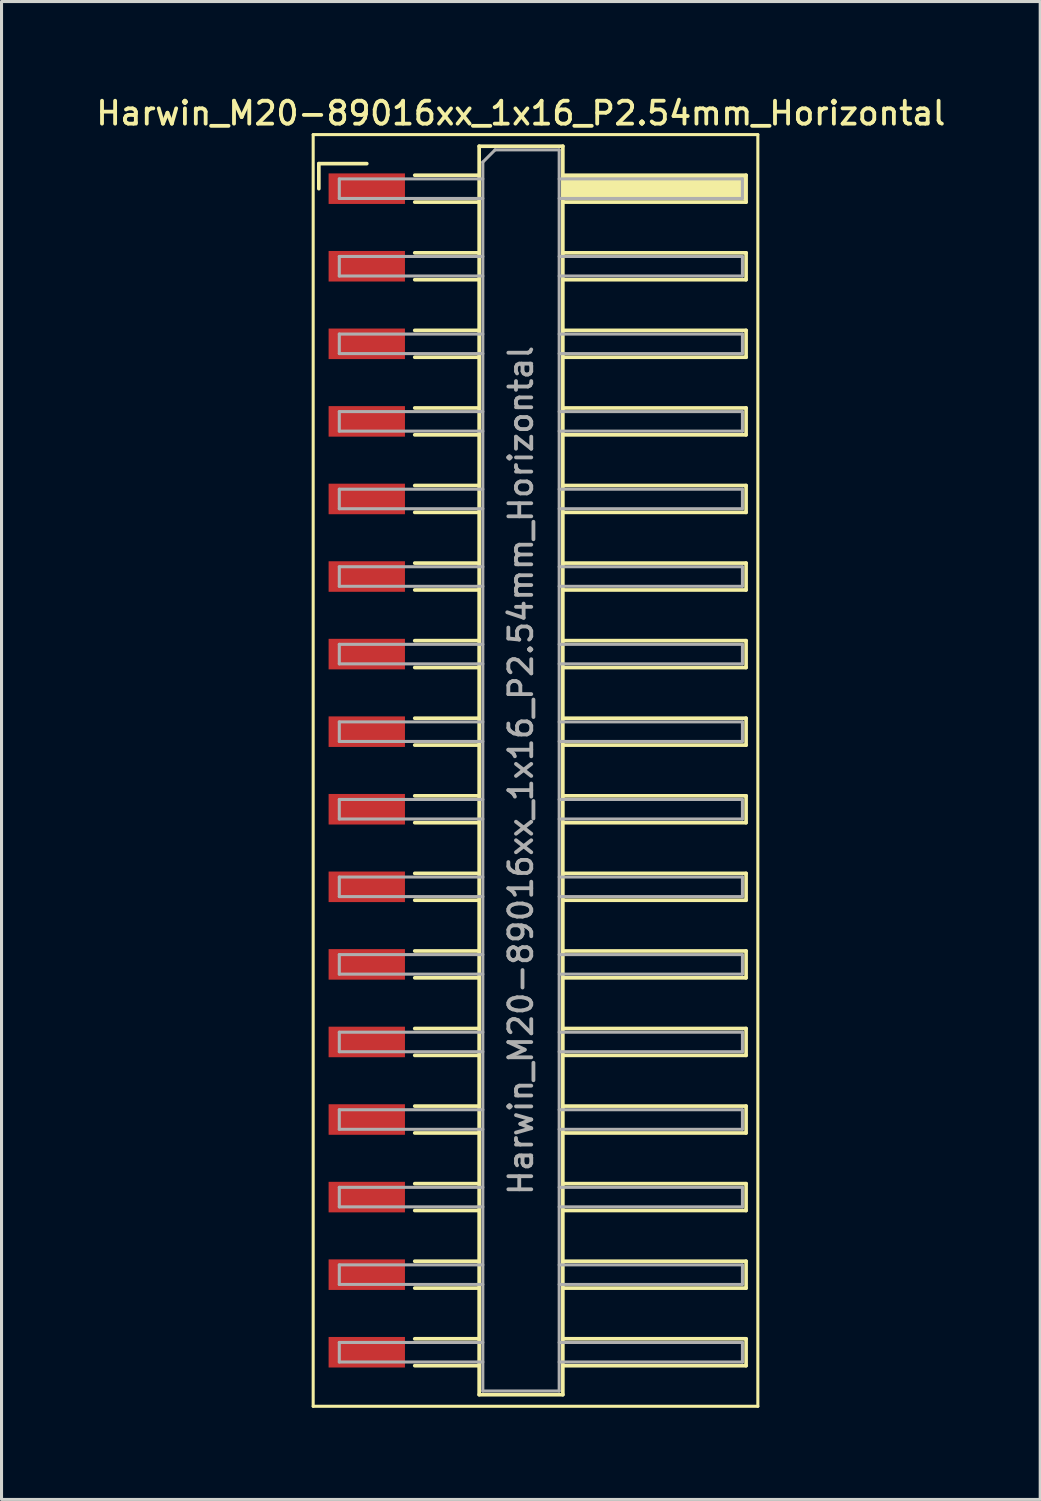
<source format=kicad_pcb>
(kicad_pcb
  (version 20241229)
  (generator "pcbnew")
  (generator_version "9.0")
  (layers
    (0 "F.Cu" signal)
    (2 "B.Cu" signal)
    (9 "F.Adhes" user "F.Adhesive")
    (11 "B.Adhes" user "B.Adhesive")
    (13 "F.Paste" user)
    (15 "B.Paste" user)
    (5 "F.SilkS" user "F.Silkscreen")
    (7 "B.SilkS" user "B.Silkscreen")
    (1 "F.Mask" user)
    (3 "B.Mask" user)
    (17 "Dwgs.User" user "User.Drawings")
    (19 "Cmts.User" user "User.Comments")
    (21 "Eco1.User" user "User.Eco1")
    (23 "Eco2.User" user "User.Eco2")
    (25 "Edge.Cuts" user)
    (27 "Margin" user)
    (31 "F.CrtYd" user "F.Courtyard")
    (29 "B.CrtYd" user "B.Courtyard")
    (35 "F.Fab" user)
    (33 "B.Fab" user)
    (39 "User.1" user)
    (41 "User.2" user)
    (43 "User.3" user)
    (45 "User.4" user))
  (footprint "Harwin_M20-89016xx_1x16_P2.54mm_Horizontal"
    (layer "F.Cu")
    (at 14.485 22.178)
    (property "Reference" "Harwin_M20-89016xx_1x16_P2.54mm_Horizontal" (at -0.48 -21.52 0) (layer "F.SilkS") (effects (font (size 0.75 0.75) (thickness 0.125))))
    (attr smd)
    (fp_line (start -7.28 -20.82) (end 7.28 -20.82) (stroke (width 0.1) (type solid)) (layer "F.SilkS"))
    (fp_line (start -7.28 20.82) (end -7.28 -20.82) (stroke (width 0.1) (type solid)) (layer "F.SilkS"))
    (fp_line (start -7.095 -19.87) (end -5.525 -19.87) (stroke (width 0.12) (type solid)) (layer "F.SilkS"))
    (fp_line (start -7.095 -19.05) (end -7.095 -19.87) (stroke (width 0.12) (type solid)) (layer "F.SilkS"))
    (fp_line (start -3.955 -19.49) (end -1.845 -19.49) (stroke (width 0.12) (type solid)) (layer "F.SilkS"))
    (fp_line (start -3.955 -18.61) (end -1.845 -18.61) (stroke (width 0.12) (type solid)) (layer "F.SilkS"))
    (fp_line (start -3.955 -16.95) (end -1.845 -16.95) (stroke (width 0.12) (type solid)) (layer "F.SilkS"))
    (fp_line (start -3.955 -16.07) (end -1.845 -16.07) (stroke (width 0.12) (type solid)) (layer "F.SilkS"))
    (fp_line (start -3.955 -14.41) (end -1.845 -14.41) (stroke (width 0.12) (type solid)) (layer "F.SilkS"))
    (fp_line (start -3.955 -13.53) (end -1.845 -13.53) (stroke (width 0.12) (type solid)) (layer "F.SilkS"))
    (fp_line (start -3.955 -11.87) (end -1.845 -11.87) (stroke (width 0.12) (type solid)) (layer "F.SilkS"))
    (fp_line (start -3.955 -10.99) (end -1.845 -10.99) (stroke (width 0.12) (type solid)) (layer "F.SilkS"))
    (fp_line (start -3.955 -9.33) (end -1.845 -9.33) (stroke (width 0.12) (type solid)) (layer "F.SilkS"))
    (fp_line (start -3.955 -8.45) (end -1.845 -8.45) (stroke (width 0.12) (type solid)) (layer "F.SilkS"))
    (fp_line (start -3.955 -6.79) (end -1.845 -6.79) (stroke (width 0.12) (type solid)) (layer "F.SilkS"))
    (fp_line (start -3.955 -5.91) (end -1.845 -5.91) (stroke (width 0.12) (type solid)) (layer "F.SilkS"))
    (fp_line (start -3.955 -4.25) (end -1.845 -4.25) (stroke (width 0.12) (type solid)) (layer "F.SilkS"))
    (fp_line (start -3.955 -3.37) (end -1.845 -3.37) (stroke (width 0.12) (type solid)) (layer "F.SilkS"))
    (fp_line (start -3.955 -1.71) (end -1.845 -1.71) (stroke (width 0.12) (type solid)) (layer "F.SilkS"))
    (fp_line (start -3.955 -0.83) (end -1.845 -0.83) (stroke (width 0.12) (type solid)) (layer "F.SilkS"))
    (fp_line (start -3.955 0.83) (end -1.845 0.83) (stroke (width 0.12) (type solid)) (layer "F.SilkS"))
    (fp_line (start -3.955 1.71) (end -1.845 1.71) (stroke (width 0.12) (type solid)) (layer "F.SilkS"))
    (fp_line (start -3.955 3.37) (end -1.845 3.37) (stroke (width 0.12) (type solid)) (layer "F.SilkS"))
    (fp_line (start -3.955 4.25) (end -1.845 4.25) (stroke (width 0.12) (type solid)) (layer "F.SilkS"))
    (fp_line (start -3.955 5.91) (end -1.845 5.91) (stroke (width 0.12) (type solid)) (layer "F.SilkS"))
    (fp_line (start -3.955 6.79) (end -1.845 6.79) (stroke (width 0.12) (type solid)) (layer "F.SilkS"))
    (fp_line (start -3.955 8.45) (end -1.845 8.45) (stroke (width 0.12) (type solid)) (layer "F.SilkS"))
    (fp_line (start -3.955 9.33) (end -1.845 9.33) (stroke (width 0.12) (type solid)) (layer "F.SilkS"))
    (fp_line (start -3.955 10.99) (end -1.845 10.99) (stroke (width 0.12) (type solid)) (layer "F.SilkS"))
    (fp_line (start -3.955 11.87) (end -1.845 11.87) (stroke (width 0.12) (type solid)) (layer "F.SilkS"))
    (fp_line (start -3.955 13.53) (end -1.845 13.53) (stroke (width 0.12) (type solid)) (layer "F.SilkS"))
    (fp_line (start -3.955 14.41) (end -1.845 14.41) (stroke (width 0.12) (type solid)) (layer "F.SilkS"))
    (fp_line (start -3.955 16.07) (end -1.845 16.07) (stroke (width 0.12) (type solid)) (layer "F.SilkS"))
    (fp_line (start -3.955 16.95) (end -1.845 16.95) (stroke (width 0.12) (type solid)) (layer "F.SilkS"))
    (fp_line (start -3.955 18.61) (end -1.845 18.61) (stroke (width 0.12) (type solid)) (layer "F.SilkS"))
    (fp_line (start -3.955 19.49) (end -1.845 19.49) (stroke (width 0.12) (type solid)) (layer "F.SilkS"))
    (fp_line (start -1.845 -20.44) (end 0.895 -20.44) (stroke (width 0.12) (type solid)) (layer "F.SilkS"))
    (fp_line (start -1.845 20.44) (end -1.845 -20.44) (stroke (width 0.12) (type solid)) (layer "F.SilkS"))
    (fp_line (start 0.895 -20.44) (end 0.895 20.44) (stroke (width 0.12) (type solid)) (layer "F.SilkS"))
    (fp_line (start 0.895 -19.49) (end 6.895 -19.49) (stroke (width 0.12) (type solid)) (layer "F.SilkS"))
    (fp_line (start 0.895 -16.95) (end 6.895 -16.95) (stroke (width 0.12) (type solid)) (layer "F.SilkS"))
    (fp_line (start 0.895 -14.41) (end 6.895 -14.41) (stroke (width 0.12) (type solid)) (layer "F.SilkS"))
    (fp_line (start 0.895 -11.87) (end 6.895 -11.87) (stroke (width 0.12) (type solid)) (layer "F.SilkS"))
    (fp_line (start 0.895 -9.33) (end 6.895 -9.33) (stroke (width 0.12) (type solid)) (layer "F.SilkS"))
    (fp_line (start 0.895 -6.79) (end 6.895 -6.79) (stroke (width 0.12) (type solid)) (layer "F.SilkS"))
    (fp_line (start 0.895 -4.25) (end 6.895 -4.25) (stroke (width 0.12) (type solid)) (layer "F.SilkS"))
    (fp_line (start 0.895 -1.71) (end 6.895 -1.71) (stroke (width 0.12) (type solid)) (layer "F.SilkS"))
    (fp_line (start 0.895 0.83) (end 6.895 0.83) (stroke (width 0.12) (type solid)) (layer "F.SilkS"))
    (fp_line (start 0.895 3.37) (end 6.895 3.37) (stroke (width 0.12) (type solid)) (layer "F.SilkS"))
    (fp_line (start 0.895 5.91) (end 6.895 5.91) (stroke (width 0.12) (type solid)) (layer "F.SilkS"))
    (fp_line (start 0.895 8.45) (end 6.895 8.45) (stroke (width 0.12) (type solid)) (layer "F.SilkS"))
    (fp_line (start 0.895 10.99) (end 6.895 10.99) (stroke (width 0.12) (type solid)) (layer "F.SilkS"))
    (fp_line (start 0.895 13.53) (end 6.895 13.53) (stroke (width 0.12) (type solid)) (layer "F.SilkS"))
    (fp_line (start 0.895 16.07) (end 6.895 16.07) (stroke (width 0.12) (type solid)) (layer "F.SilkS"))
    (fp_line (start 0.895 18.61) (end 6.895 18.61) (stroke (width 0.12) (type solid)) (layer "F.SilkS"))
    (fp_line (start 0.895 20.44) (end -1.845 20.44) (stroke (width 0.12) (type solid)) (layer "F.SilkS"))
    (fp_line (start 6.895 -19.49) (end 6.895 -18.61) (stroke (width 0.12) (type solid)) (layer "F.SilkS"))
    (fp_line (start 6.895 -18.61) (end 0.895 -18.61) (stroke (width 0.12) (type solid)) (layer "F.SilkS"))
    (fp_line (start 6.895 -16.95) (end 6.895 -16.07) (stroke (width 0.12) (type solid)) (layer "F.SilkS"))
    (fp_line (start 6.895 -16.07) (end 0.895 -16.07) (stroke (width 0.12) (type solid)) (layer "F.SilkS"))
    (fp_line (start 6.895 -14.41) (end 6.895 -13.53) (stroke (width 0.12) (type solid)) (layer "F.SilkS"))
    (fp_line (start 6.895 -13.53) (end 0.895 -13.53) (stroke (width 0.12) (type solid)) (layer "F.SilkS"))
    (fp_line (start 6.895 -11.87) (end 6.895 -10.99) (stroke (width 0.12) (type solid)) (layer "F.SilkS"))
    (fp_line (start 6.895 -10.99) (end 0.895 -10.99) (stroke (width 0.12) (type solid)) (layer "F.SilkS"))
    (fp_line (start 6.895 -9.33) (end 6.895 -8.45) (stroke (width 0.12) (type solid)) (layer "F.SilkS"))
    (fp_line (start 6.895 -8.45) (end 0.895 -8.45) (stroke (width 0.12) (type solid)) (layer "F.SilkS"))
    (fp_line (start 6.895 -6.79) (end 6.895 -5.91) (stroke (width 0.12) (type solid)) (layer "F.SilkS"))
    (fp_line (start 6.895 -5.91) (end 0.895 -5.91) (stroke (width 0.12) (type solid)) (layer "F.SilkS"))
    (fp_line (start 6.895 -4.25) (end 6.895 -3.37) (stroke (width 0.12) (type solid)) (layer "F.SilkS"))
    (fp_line (start 6.895 -3.37) (end 0.895 -3.37) (stroke (width 0.12) (type solid)) (layer "F.SilkS"))
    (fp_line (start 6.895 -1.71) (end 6.895 -0.83) (stroke (width 0.12) (type solid)) (layer "F.SilkS"))
    (fp_line (start 6.895 -0.83) (end 0.895 -0.83) (stroke (width 0.12) (type solid)) (layer "F.SilkS"))
    (fp_line (start 6.895 0.83) (end 6.895 1.71) (stroke (width 0.12) (type solid)) (layer "F.SilkS"))
    (fp_line (start 6.895 1.71) (end 0.895 1.71) (stroke (width 0.12) (type solid)) (layer "F.SilkS"))
    (fp_line (start 6.895 3.37) (end 6.895 4.25) (stroke (width 0.12) (type solid)) (layer "F.SilkS"))
    (fp_line (start 6.895 4.25) (end 0.895 4.25) (stroke (width 0.12) (type solid)) (layer "F.SilkS"))
    (fp_line (start 6.895 5.91) (end 6.895 6.79) (stroke (width 0.12) (type solid)) (layer "F.SilkS"))
    (fp_line (start 6.895 6.79) (end 0.895 6.79) (stroke (width 0.12) (type solid)) (layer "F.SilkS"))
    (fp_line (start 6.895 8.45) (end 6.895 9.33) (stroke (width 0.12) (type solid)) (layer "F.SilkS"))
    (fp_line (start 6.895 9.33) (end 0.895 9.33) (stroke (width 0.12) (type solid)) (layer "F.SilkS"))
    (fp_line (start 6.895 10.99) (end 6.895 11.87) (stroke (width 0.12) (type solid)) (layer "F.SilkS"))
    (fp_line (start 6.895 11.87) (end 0.895 11.87) (stroke (width 0.12) (type solid)) (layer "F.SilkS"))
    (fp_line (start 6.895 13.53) (end 6.895 14.41) (stroke (width 0.12) (type solid)) (layer "F.SilkS"))
    (fp_line (start 6.895 14.41) (end 0.895 14.41) (stroke (width 0.12) (type solid)) (layer "F.SilkS"))
    (fp_line (start 6.895 16.07) (end 6.895 16.95) (stroke (width 0.12) (type solid)) (layer "F.SilkS"))
    (fp_line (start 6.895 16.95) (end 0.895 16.95) (stroke (width 0.12) (type solid)) (layer "F.SilkS"))
    (fp_line (start 6.895 18.61) (end 6.895 19.49) (stroke (width 0.12) (type solid)) (layer "F.SilkS"))
    (fp_line (start 6.895 19.49) (end 0.895 19.49) (stroke (width 0.12) (type solid)) (layer "F.SilkS"))
    (fp_line (start 7.28 -20.82) (end 7.28 20.82) (stroke (width 0.1) (type solid)) (layer "F.SilkS"))
    (fp_line (start 7.28 20.82) (end -7.28 20.82) (stroke (width 0.1) (type solid)) (layer "F.SilkS"))
    (fp_line (start -6.425 -19.37) (end -6.425 -18.73) (stroke (width 0.1) (type solid)) (layer "F.Fab"))
    (fp_line (start -6.425 -18.73) (end -1.725 -18.73) (stroke (width 0.1) (type solid)) (layer "F.Fab"))
    (fp_line (start -6.425 -16.83) (end -6.425 -16.19) (stroke (width 0.1) (type solid)) (layer "F.Fab"))
    (fp_line (start -6.425 -16.19) (end -1.725 -16.19) (stroke (width 0.1) (type solid)) (layer "F.Fab"))
    (fp_line (start -6.425 -14.29) (end -6.425 -13.65) (stroke (width 0.1) (type solid)) (layer "F.Fab"))
    (fp_line (start -6.425 -13.65) (end -1.725 -13.65) (stroke (width 0.1) (type solid)) (layer "F.Fab"))
    (fp_line (start -6.425 -11.75) (end -6.425 -11.11) (stroke (width 0.1) (type solid)) (layer "F.Fab"))
    (fp_line (start -6.425 -11.11) (end -1.725 -11.11) (stroke (width 0.1) (type solid)) (layer "F.Fab"))
    (fp_line (start -6.425 -9.21) (end -6.425 -8.57) (stroke (width 0.1) (type solid)) (layer "F.Fab"))
    (fp_line (start -6.425 -8.57) (end -1.725 -8.57) (stroke (width 0.1) (type solid)) (layer "F.Fab"))
    (fp_line (start -6.425 -6.67) (end -6.425 -6.03) (stroke (width 0.1) (type solid)) (layer "F.Fab"))
    (fp_line (start -6.425 -6.03) (end -1.725 -6.03) (stroke (width 0.1) (type solid)) (layer "F.Fab"))
    (fp_line (start -6.425 -4.13) (end -6.425 -3.49) (stroke (width 0.1) (type solid)) (layer "F.Fab"))
    (fp_line (start -6.425 -3.49) (end -1.725 -3.49) (stroke (width 0.1) (type solid)) (layer "F.Fab"))
    (fp_line (start -6.425 -1.59) (end -6.425 -0.95) (stroke (width 0.1) (type solid)) (layer "F.Fab"))
    (fp_line (start -6.425 -0.95) (end -1.725 -0.95) (stroke (width 0.1) (type solid)) (layer "F.Fab"))
    (fp_line (start -6.425 0.95) (end -6.425 1.59) (stroke (width 0.1) (type solid)) (layer "F.Fab"))
    (fp_line (start -6.425 1.59) (end -1.725 1.59) (stroke (width 0.1) (type solid)) (layer "F.Fab"))
    (fp_line (start -6.425 3.49) (end -6.425 4.13) (stroke (width 0.1) (type solid)) (layer "F.Fab"))
    (fp_line (start -6.425 4.13) (end -1.725 4.13) (stroke (width 0.1) (type solid)) (layer "F.Fab"))
    (fp_line (start -6.425 6.03) (end -6.425 6.67) (stroke (width 0.1) (type solid)) (layer "F.Fab"))
    (fp_line (start -6.425 6.67) (end -1.725 6.67) (stroke (width 0.1) (type solid)) (layer "F.Fab"))
    (fp_line (start -6.425 8.57) (end -6.425 9.21) (stroke (width 0.1) (type solid)) (layer "F.Fab"))
    (fp_line (start -6.425 9.21) (end -1.725 9.21) (stroke (width 0.1) (type solid)) (layer "F.Fab"))
    (fp_line (start -6.425 11.11) (end -6.425 11.75) (stroke (width 0.1) (type solid)) (layer "F.Fab"))
    (fp_line (start -6.425 11.75) (end -1.725 11.75) (stroke (width 0.1) (type solid)) (layer "F.Fab"))
    (fp_line (start -6.425 13.65) (end -6.425 14.29) (stroke (width 0.1) (type solid)) (layer "F.Fab"))
    (fp_line (start -6.425 14.29) (end -1.725 14.29) (stroke (width 0.1) (type solid)) (layer "F.Fab"))
    (fp_line (start -6.425 16.19) (end -6.425 16.83) (stroke (width 0.1) (type solid)) (layer "F.Fab"))
    (fp_line (start -6.425 16.83) (end -1.725 16.83) (stroke (width 0.1) (type solid)) (layer "F.Fab"))
    (fp_line (start -6.425 18.73) (end -6.425 19.37) (stroke (width 0.1) (type solid)) (layer "F.Fab"))
    (fp_line (start -6.425 19.37) (end -1.725 19.37) (stroke (width 0.1) (type solid)) (layer "F.Fab"))
    (fp_line (start -1.725 -19.92) (end -1.325 -20.32) (stroke (width 0.1) (type solid)) (layer "F.Fab"))
    (fp_line (start -1.725 -19.37) (end -6.425 -19.37) (stroke (width 0.1) (type solid)) (layer "F.Fab"))
    (fp_line (start -1.725 -16.83) (end -6.425 -16.83) (stroke (width 0.1) (type solid)) (layer "F.Fab"))
    (fp_line (start -1.725 -14.29) (end -6.425 -14.29) (stroke (width 0.1) (type solid)) (layer "F.Fab"))
    (fp_line (start -1.725 -11.75) (end -6.425 -11.75) (stroke (width 0.1) (type solid)) (layer "F.Fab"))
    (fp_line (start -1.725 -9.21) (end -6.425 -9.21) (stroke (width 0.1) (type solid)) (layer "F.Fab"))
    (fp_line (start -1.725 -6.67) (end -6.425 -6.67) (stroke (width 0.1) (type solid)) (layer "F.Fab"))
    (fp_line (start -1.725 -4.13) (end -6.425 -4.13) (stroke (width 0.1) (type solid)) (layer "F.Fab"))
    (fp_line (start -1.725 -1.59) (end -6.425 -1.59) (stroke (width 0.1) (type solid)) (layer "F.Fab"))
    (fp_line (start -1.725 0.95) (end -6.425 0.95) (stroke (width 0.1) (type solid)) (layer "F.Fab"))
    (fp_line (start -1.725 3.49) (end -6.425 3.49) (stroke (width 0.1) (type solid)) (layer "F.Fab"))
    (fp_line (start -1.725 6.03) (end -6.425 6.03) (stroke (width 0.1) (type solid)) (layer "F.Fab"))
    (fp_line (start -1.725 8.57) (end -6.425 8.57) (stroke (width 0.1) (type solid)) (layer "F.Fab"))
    (fp_line (start -1.725 11.11) (end -6.425 11.11) (stroke (width 0.1) (type solid)) (layer "F.Fab"))
    (fp_line (start -1.725 13.65) (end -6.425 13.65) (stroke (width 0.1) (type solid)) (layer "F.Fab"))
    (fp_line (start -1.725 16.19) (end -6.425 16.19) (stroke (width 0.1) (type solid)) (layer "F.Fab"))
    (fp_line (start -1.725 18.73) (end -6.425 18.73) (stroke (width 0.1) (type solid)) (layer "F.Fab"))
    (fp_line (start -1.725 20.32) (end -1.725 -19.92) (stroke (width 0.1) (type solid)) (layer "F.Fab"))
    (fp_line (start -1.325 -20.32) (end 0.775 -20.32) (stroke (width 0.1) (type solid)) (layer "F.Fab"))
    (fp_line (start 0.775 -20.32) (end 0.775 20.32) (stroke (width 0.1) (type solid)) (layer "F.Fab"))
    (fp_line (start 0.775 -19.37) (end 6.775 -19.37) (stroke (width 0.1) (type solid)) (layer "F.Fab"))
    (fp_line (start 0.775 -16.83) (end 6.775 -16.83) (stroke (width 0.1) (type solid)) (layer "F.Fab"))
    (fp_line (start 0.775 -14.29) (end 6.775 -14.29) (stroke (width 0.1) (type solid)) (layer "F.Fab"))
    (fp_line (start 0.775 -11.75) (end 6.775 -11.75) (stroke (width 0.1) (type solid)) (layer "F.Fab"))
    (fp_line (start 0.775 -9.21) (end 6.775 -9.21) (stroke (width 0.1) (type solid)) (layer "F.Fab"))
    (fp_line (start 0.775 -6.67) (end 6.775 -6.67) (stroke (width 0.1) (type solid)) (layer "F.Fab"))
    (fp_line (start 0.775 -4.13) (end 6.775 -4.13) (stroke (width 0.1) (type solid)) (layer "F.Fab"))
    (fp_line (start 0.775 -1.59) (end 6.775 -1.59) (stroke (width 0.1) (type solid)) (layer "F.Fab"))
    (fp_line (start 0.775 0.95) (end 6.775 0.95) (stroke (width 0.1) (type solid)) (layer "F.Fab"))
    (fp_line (start 0.775 3.49) (end 6.775 3.49) (stroke (width 0.1) (type solid)) (layer "F.Fab"))
    (fp_line (start 0.775 6.03) (end 6.775 6.03) (stroke (width 0.1) (type solid)) (layer "F.Fab"))
    (fp_line (start 0.775 8.57) (end 6.775 8.57) (stroke (width 0.1) (type solid)) (layer "F.Fab"))
    (fp_line (start 0.775 11.11) (end 6.775 11.11) (stroke (width 0.1) (type solid)) (layer "F.Fab"))
    (fp_line (start 0.775 13.65) (end 6.775 13.65) (stroke (width 0.1) (type solid)) (layer "F.Fab"))
    (fp_line (start 0.775 16.19) (end 6.775 16.19) (stroke (width 0.1) (type solid)) (layer "F.Fab"))
    (fp_line (start 0.775 18.73) (end 6.775 18.73) (stroke (width 0.1) (type solid)) (layer "F.Fab"))
    (fp_line (start 0.775 20.32) (end -1.725 20.32) (stroke (width 0.1) (type solid)) (layer "F.Fab"))
    (fp_line (start 6.775 -19.37) (end 6.775 -18.73) (stroke (width 0.1) (type solid)) (layer "F.Fab"))
    (fp_line (start 6.775 -18.73) (end 0.775 -18.73) (stroke (width 0.1) (type solid)) (layer "F.Fab"))
    (fp_line (start 6.775 -16.83) (end 6.775 -16.19) (stroke (width 0.1) (type solid)) (layer "F.Fab"))
    (fp_line (start 6.775 -16.19) (end 0.775 -16.19) (stroke (width 0.1) (type solid)) (layer "F.Fab"))
    (fp_line (start 6.775 -14.29) (end 6.775 -13.65) (stroke (width 0.1) (type solid)) (layer "F.Fab"))
    (fp_line (start 6.775 -13.65) (end 0.775 -13.65) (stroke (width 0.1) (type solid)) (layer "F.Fab"))
    (fp_line (start 6.775 -11.75) (end 6.775 -11.11) (stroke (width 0.1) (type solid)) (layer "F.Fab"))
    (fp_line (start 6.775 -11.11) (end 0.775 -11.11) (stroke (width 0.1) (type solid)) (layer "F.Fab"))
    (fp_line (start 6.775 -9.21) (end 6.775 -8.57) (stroke (width 0.1) (type solid)) (layer "F.Fab"))
    (fp_line (start 6.775 -8.57) (end 0.775 -8.57) (stroke (width 0.1) (type solid)) (layer "F.Fab"))
    (fp_line (start 6.775 -6.67) (end 6.775 -6.03) (stroke (width 0.1) (type solid)) (layer "F.Fab"))
    (fp_line (start 6.775 -6.03) (end 0.775 -6.03) (stroke (width 0.1) (type solid)) (layer "F.Fab"))
    (fp_line (start 6.775 -4.13) (end 6.775 -3.49) (stroke (width 0.1) (type solid)) (layer "F.Fab"))
    (fp_line (start 6.775 -3.49) (end 0.775 -3.49) (stroke (width 0.1) (type solid)) (layer "F.Fab"))
    (fp_line (start 6.775 -1.59) (end 6.775 -0.95) (stroke (width 0.1) (type solid)) (layer "F.Fab"))
    (fp_line (start 6.775 -0.95) (end 0.775 -0.95) (stroke (width 0.1) (type solid)) (layer "F.Fab"))
    (fp_line (start 6.775 0.95) (end 6.775 1.59) (stroke (width 0.1) (type solid)) (layer "F.Fab"))
    (fp_line (start 6.775 1.59) (end 0.775 1.59) (stroke (width 0.1) (type solid)) (layer "F.Fab"))
    (fp_line (start 6.775 3.49) (end 6.775 4.13) (stroke (width 0.1) (type solid)) (layer "F.Fab"))
    (fp_line (start 6.775 4.13) (end 0.775 4.13) (stroke (width 0.1) (type solid)) (layer "F.Fab"))
    (fp_line (start 6.775 6.03) (end 6.775 6.67) (stroke (width 0.1) (type solid)) (layer "F.Fab"))
    (fp_line (start 6.775 6.67) (end 0.775 6.67) (stroke (width 0.1) (type solid)) (layer "F.Fab"))
    (fp_line (start 6.775 8.57) (end 6.775 9.21) (stroke (width 0.1) (type solid)) (layer "F.Fab"))
    (fp_line (start 6.775 9.21) (end 0.775 9.21) (stroke (width 0.1) (type solid)) (layer "F.Fab"))
    (fp_line (start 6.775 11.11) (end 6.775 11.75) (stroke (width 0.1) (type solid)) (layer "F.Fab"))
    (fp_line (start 6.775 11.75) (end 0.775 11.75) (stroke (width 0.1) (type solid)) (layer "F.Fab"))
    (fp_line (start 6.775 13.65) (end 6.775 14.29) (stroke (width 0.1) (type solid)) (layer "F.Fab"))
    (fp_line (start 6.775 14.29) (end 0.775 14.29) (stroke (width 0.1) (type solid)) (layer "F.Fab"))
    (fp_line (start 6.775 16.19) (end 6.775 16.83) (stroke (width 0.1) (type solid)) (layer "F.Fab"))
    (fp_line (start 6.775 16.83) (end 0.775 16.83) (stroke (width 0.1) (type solid)) (layer "F.Fab"))
    (fp_line (start 6.775 18.73) (end 6.775 19.37) (stroke (width 0.1) (type solid)) (layer "F.Fab"))
    (fp_line (start 6.775 19.37) (end 0.775 19.37) (stroke (width 0.1) (type solid)) (layer "F.Fab"))
    (fp_text user "${REFERENCE}" (at -0.48 0 90) (layer "F.Fab") (effects (font (size 0.75 0.75) (thickness 0.125))))
    (pad "" smd rect (at 3.895 -19.05) (size 6 0.76) (layers "F.SilkS"))
    (pad "1" smd rect (at -5.525 -19.05) (size 2.5 1) (layers "F.Cu" "F.Mask" "F.Paste"))
    (pad "2" smd rect (at -5.525 -16.51) (size 2.5 1) (layers "F.Cu" "F.Mask" "F.Paste"))
    (pad "3" smd rect (at -5.525 -13.97) (size 2.5 1) (layers "F.Cu" "F.Mask" "F.Paste"))
    (pad "4" smd rect (at -5.525 -11.43) (size 2.5 1) (layers "F.Cu" "F.Mask" "F.Paste"))
    (pad "5" smd rect (at -5.525 -8.89) (size 2.5 1) (layers "F.Cu" "F.Mask" "F.Paste"))
    (pad "6" smd rect (at -5.525 -6.35) (size 2.5 1) (layers "F.Cu" "F.Mask" "F.Paste"))
    (pad "7" smd rect (at -5.525 -3.81) (size 2.5 1) (layers "F.Cu" "F.Mask" "F.Paste"))
    (pad "8" smd rect (at -5.525 -1.27) (size 2.5 1) (layers "F.Cu" "F.Mask" "F.Paste"))
    (pad "9" smd rect (at -5.525 1.27) (size 2.5 1) (layers "F.Cu" "F.Mask" "F.Paste"))
    (pad "10" smd rect (at -5.525 3.81) (size 2.5 1) (layers "F.Cu" "F.Mask" "F.Paste"))
    (pad "11" smd rect (at -5.525 6.35) (size 2.5 1) (layers "F.Cu" "F.Mask" "F.Paste"))
    (pad "12" smd rect (at -5.525 8.89) (size 2.5 1) (layers "F.Cu" "F.Mask" "F.Paste"))
    (pad "13" smd rect (at -5.525 11.43) (size 2.5 1) (layers "F.Cu" "F.Mask" "F.Paste"))
    (pad "14" smd rect (at -5.525 13.97) (size 2.5 1) (layers "F.Cu" "F.Mask" "F.Paste"))
    (pad "15" smd rect (at -5.525 16.51) (size 2.5 1) (layers "F.Cu" "F.Mask" "F.Paste"))
    (pad "16" smd rect (at -5.525 19.05) (size 2.5 1) (layers "F.Cu" "F.Mask" "F.Paste")))
  (gr_rect
    (start -3 -3)
    (end 31.011 46.048)
    (stroke (width 0.1) (type default))
    (fill no)
    (layer "Edge.Cuts")))
</source>
